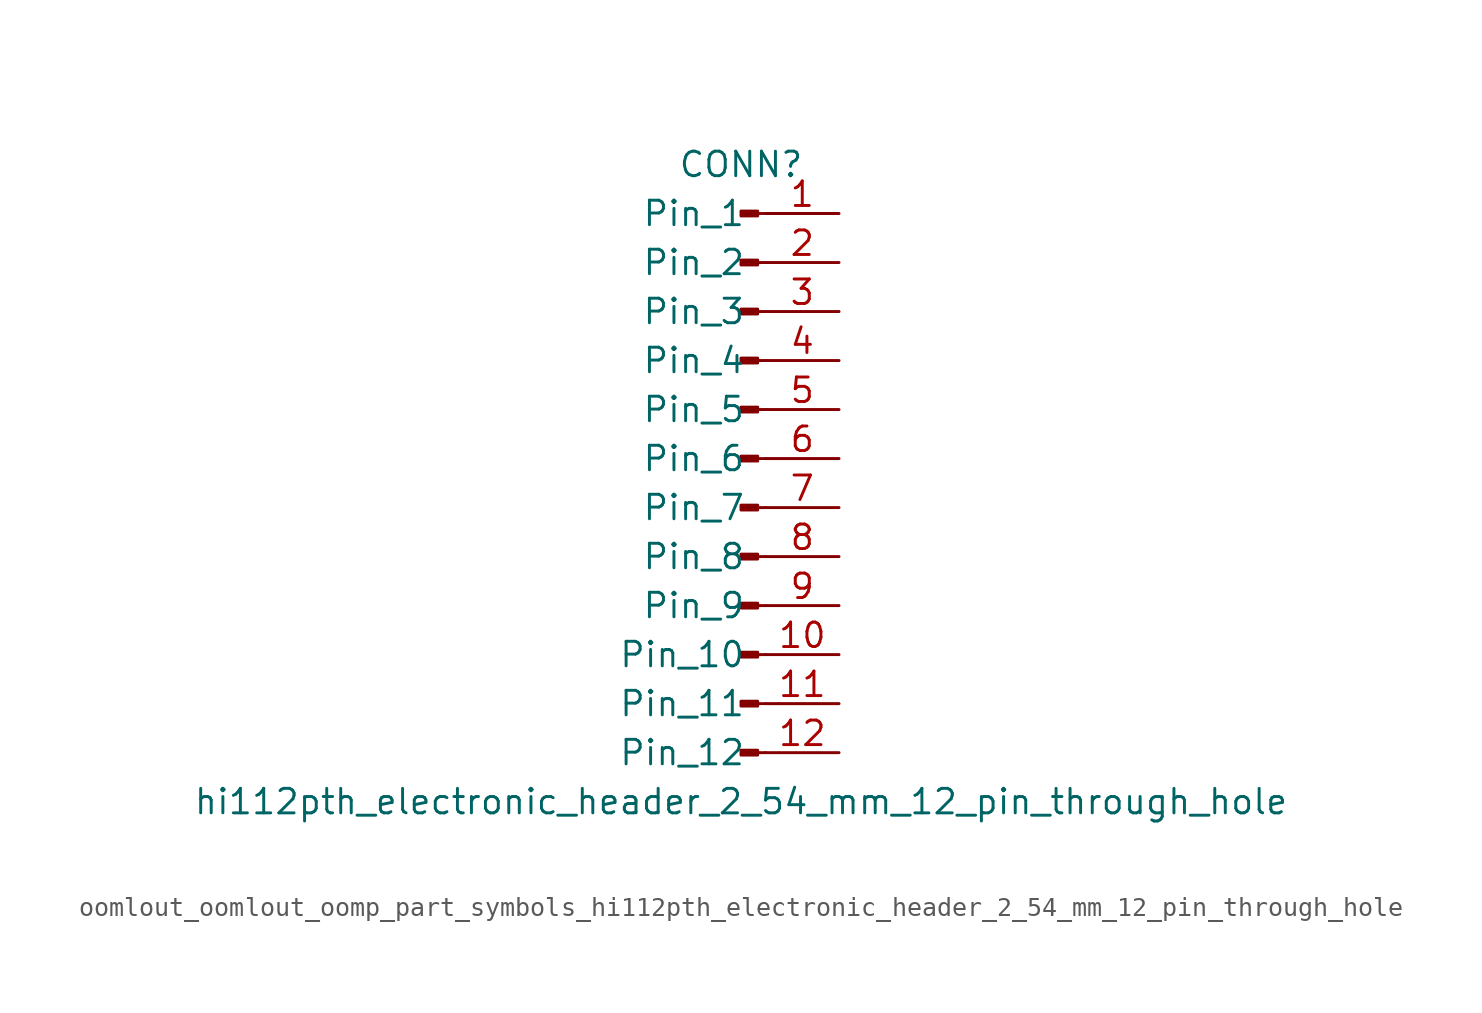
<source format=kicad_sym>
(kicad_symbol_lib
  (version 20220914)
  (generator kicad_symbol_editor)
  (symbol "oomlout_oomlout_oomp_part_symbols_hi112pth_electronic_header_2_54_mm_12_pin_through_hole"
    (pin_names
      (offset 1.016))
    (property "Reference" "CONN"
      (at 0 15.24 0)
      (effects (font (size 1.27 1.27))))
    (property "Value" "hi112pth_electronic_header_2_54_mm_12_pin_through_hole"
      (at 0 -17.78 0)
      (effects (font (size 1.27 1.27))))
    (property "ki_locked" ""
      (at 0 0 0)
      (effects (font (size 1.27 1.27))))
    (symbol "oomlout_oomlout_oomp_part_symbols_hi112pth_electronic_header_2_54_mm_12_pin_through_hole_1_1"
      (polyline (pts (xy 1.27 -15.24) (xy 0.864 -15.24)) (stroke (width 0.152) (type default)) (fill (type none)))
      (polyline (pts (xy 1.27 -12.7) (xy 0.864 -12.7)) (stroke (width 0.152) (type default)) (fill (type none)))
      (polyline (pts (xy 1.27 -10.16) (xy 0.864 -10.16)) (stroke (width 0.152) (type default)) (fill (type none)))
      (polyline (pts (xy 1.27 -7.62) (xy 0.864 -7.62)) (stroke (width 0.152) (type default)) (fill (type none)))
      (polyline (pts (xy 1.27 -5.08) (xy 0.864 -5.08)) (stroke (width 0.152) (type default)) (fill (type none)))
      (polyline (pts (xy 1.27 -2.54) (xy 0.864 -2.54)) (stroke (width 0.152) (type default)) (fill (type none)))
      (polyline (pts (xy 1.27 0) (xy 0.864 0)) (stroke (width 0.152) (type default)) (fill (type none)))
      (polyline (pts (xy 1.27 2.54) (xy 0.864 2.54)) (stroke (width 0.152) (type default)) (fill (type none)))
      (polyline (pts (xy 1.27 5.08) (xy 0.864 5.08)) (stroke (width 0.152) (type default)) (fill (type none)))
      (polyline (pts (xy 1.27 7.62) (xy 0.864 7.62)) (stroke (width 0.152) (type default)) (fill (type none)))
      (polyline (pts (xy 1.27 10.16) (xy 0.864 10.16)) (stroke (width 0.152) (type default)) (fill (type none)))
      (polyline (pts (xy 1.27 12.7) (xy 0.864 12.7)) (stroke (width 0.152) (type default)) (fill (type none)))
      (rectangle (start 0.864 -15.113) (end 0 -15.367) (stroke (width 0.152) (type default)) (fill (type outline)))
      (rectangle (start 0.864 -12.573) (end 0 -12.827) (stroke (width 0.152) (type default)) (fill (type outline)))
      (rectangle (start 0.864 -10.033) (end 0 -10.287) (stroke (width 0.152) (type default)) (fill (type outline)))
      (rectangle (start 0.864 -7.493) (end 0 -7.747) (stroke (width 0.152) (type default)) (fill (type outline)))
      (rectangle (start 0.864 -4.953) (end 0 -5.207) (stroke (width 0.152) (type default)) (fill (type outline)))
      (rectangle (start 0.864 -2.413) (end 0 -2.667) (stroke (width 0.152) (type default)) (fill (type outline)))
      (rectangle (start 0.864 0.127) (end 0 -0.127) (stroke (width 0.152) (type default)) (fill (type outline)))
      (rectangle (start 0.864 2.667) (end 0 2.413) (stroke (width 0.152) (type default)) (fill (type outline)))
      (rectangle (start 0.864 5.207) (end 0 4.953) (stroke (width 0.152) (type default)) (fill (type outline)))
      (rectangle (start 0.864 7.747) (end 0 7.493) (stroke (width 0.152) (type default)) (fill (type outline)))
      (rectangle (start 0.864 10.287) (end 0 10.033) (stroke (width 0.152) (type default)) (fill (type outline)))
      (rectangle (start 0.864 12.827) (end 0 12.573) (stroke (width 0.152) (type default)) (fill (type outline)))
      (pin passive line (at 5.08 12.7 180) (length 3.81) (name "Pin_1" (effects (font (size 1.27 1.27)))) (number "1" (effects (font (size 1.27 1.27)))))
      (pin passive line (at 5.08 -10.16 180) (length 3.81) (name "Pin_10" (effects (font (size 1.27 1.27)))) (number "10" (effects (font (size 1.27 1.27)))))
      (pin passive line (at 5.08 -12.7 180) (length 3.81) (name "Pin_11" (effects (font (size 1.27 1.27)))) (number "11" (effects (font (size 1.27 1.27)))))
      (pin passive line (at 5.08 -15.24 180) (length 3.81) (name "Pin_12" (effects (font (size 1.27 1.27)))) (number "12" (effects (font (size 1.27 1.27)))))
      (pin passive line (at 5.08 10.16 180) (length 3.81) (name "Pin_2" (effects (font (size 1.27 1.27)))) (number "2" (effects (font (size 1.27 1.27)))))
      (pin passive line (at 5.08 7.62 180) (length 3.81) (name "Pin_3" (effects (font (size 1.27 1.27)))) (number "3" (effects (font (size 1.27 1.27)))))
      (pin passive line (at 5.08 5.08 180) (length 3.81) (name "Pin_4" (effects (font (size 1.27 1.27)))) (number "4" (effects (font (size 1.27 1.27)))))
      (pin passive line (at 5.08 2.54 180) (length 3.81) (name "Pin_5" (effects (font (size 1.27 1.27)))) (number "5" (effects (font (size 1.27 1.27)))))
      (pin passive line (at 5.08 0 180) (length 3.81) (name "Pin_6" (effects (font (size 1.27 1.27)))) (number "6" (effects (font (size 1.27 1.27)))))
      (pin passive line (at 5.08 -2.54 180) (length 3.81) (name "Pin_7" (effects (font (size 1.27 1.27)))) (number "7" (effects (font (size 1.27 1.27)))))
      (pin passive line (at 5.08 -5.08 180) (length 3.81) (name "Pin_8" (effects (font (size 1.27 1.27)))) (number "8" (effects (font (size 1.27 1.27)))))
      (pin passive line (at 5.08 -7.62 180) (length 3.81) (name "Pin_9" (effects (font (size 1.27 1.27)))) (number "9" (effects (font (size 1.27 1.27))))))))
</source>
